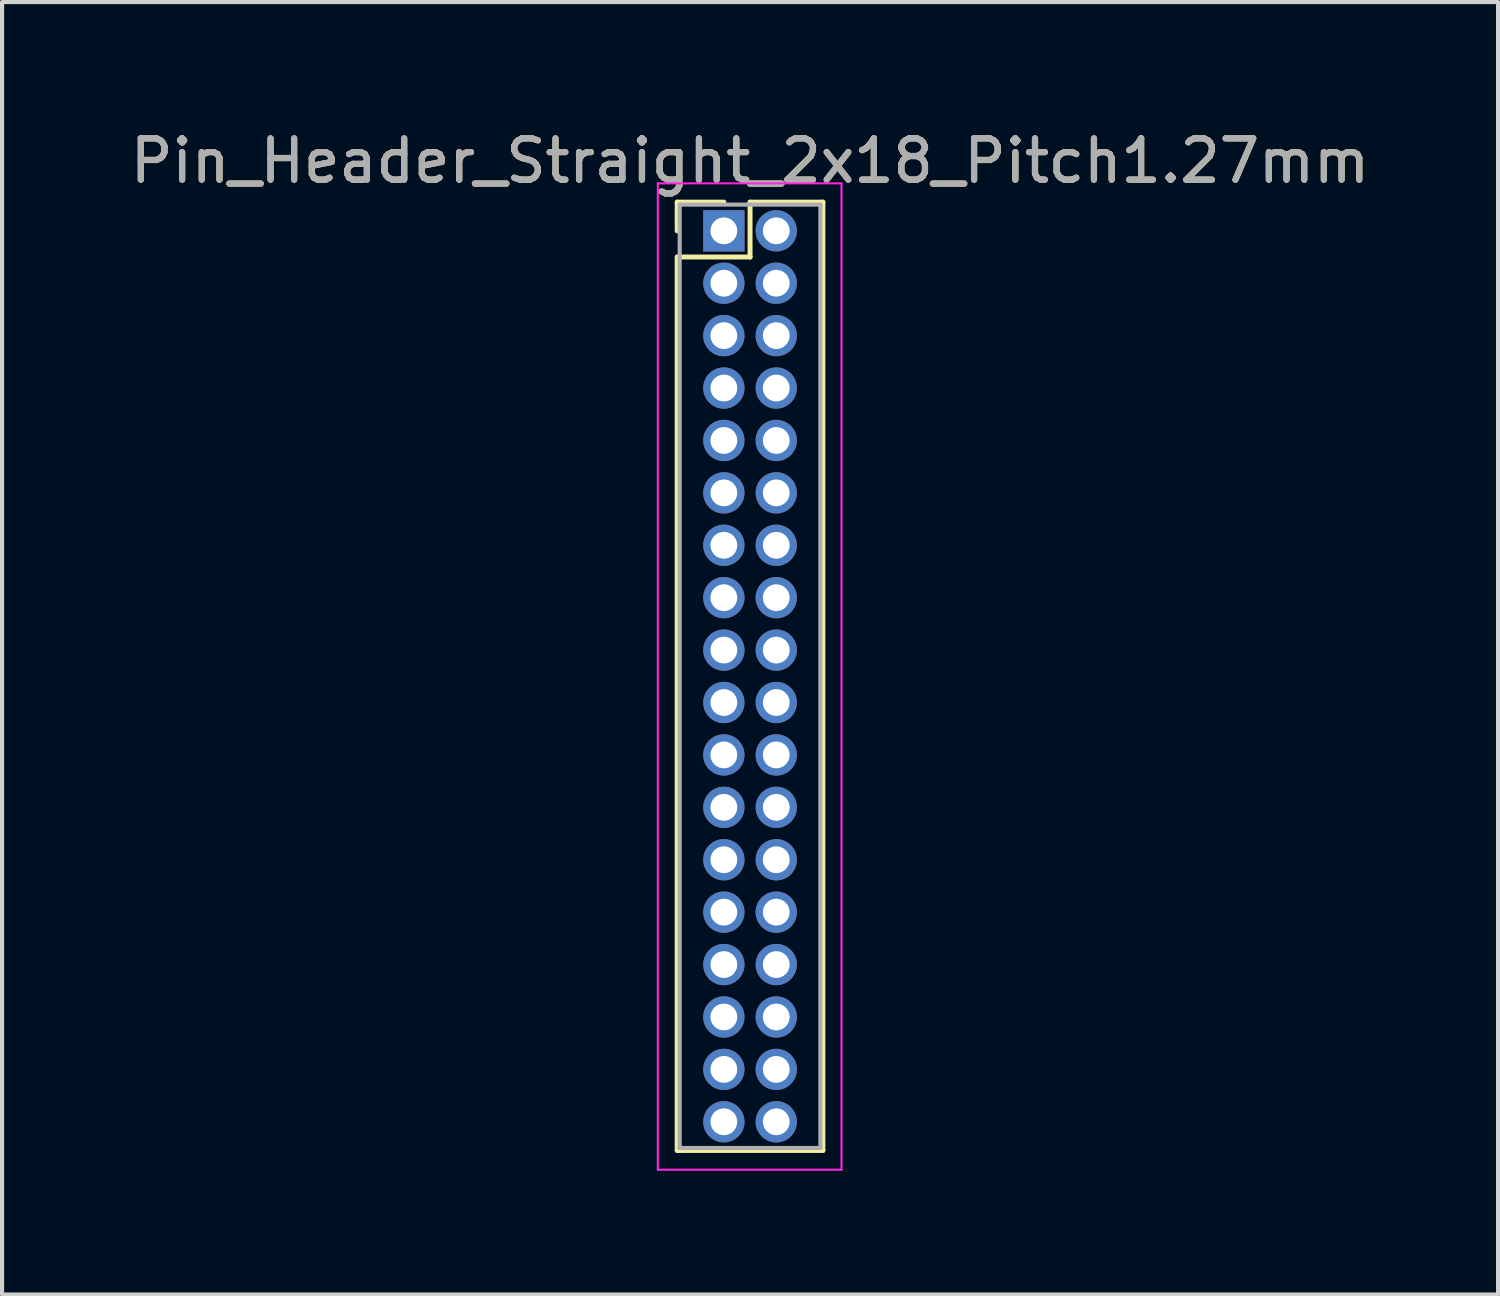
<source format=kicad_pcb>
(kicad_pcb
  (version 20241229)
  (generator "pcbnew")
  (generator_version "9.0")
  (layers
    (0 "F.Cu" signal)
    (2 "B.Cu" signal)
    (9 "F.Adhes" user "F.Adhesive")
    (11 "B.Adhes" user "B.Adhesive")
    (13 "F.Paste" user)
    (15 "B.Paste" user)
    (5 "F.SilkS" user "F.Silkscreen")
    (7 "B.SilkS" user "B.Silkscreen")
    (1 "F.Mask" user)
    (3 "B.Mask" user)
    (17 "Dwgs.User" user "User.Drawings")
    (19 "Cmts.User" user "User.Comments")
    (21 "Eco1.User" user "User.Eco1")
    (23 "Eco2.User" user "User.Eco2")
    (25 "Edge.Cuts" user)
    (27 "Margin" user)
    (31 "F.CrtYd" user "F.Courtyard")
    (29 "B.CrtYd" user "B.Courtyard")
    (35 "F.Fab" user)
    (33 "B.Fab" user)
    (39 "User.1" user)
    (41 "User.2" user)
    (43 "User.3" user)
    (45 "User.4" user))
  (footprint "Pin_Header_Straight_2x18_Pitch1.27mm"
    (layer "F.Cu")
    (at 14.49 2.543)
    (property "Reference" "Pin_Header_Straight_2x18_Pitch1.27mm" (at 0.635 -1.695 0) (layer "F.SilkS") (effects (font (size 1 1) (thickness 0.15))))
    (attr through_hole)
    (fp_line (start -1.13 -0.695) (end 0 -0.695) (stroke (width 0.12) (type solid)) (layer "F.SilkS"))
    (fp_line (start -1.13 0) (end -1.13 -0.695) (stroke (width 0.12) (type solid)) (layer "F.SilkS"))
    (fp_line (start -1.13 0.635) (end -1.13 22.285) (stroke (width 0.12) (type solid)) (layer "F.SilkS"))
    (fp_line (start -1.13 22.285) (end 2.4 22.285) (stroke (width 0.12) (type solid)) (layer "F.SilkS"))
    (fp_line (start 0.635 -0.695) (end 0.635 0.635) (stroke (width 0.12) (type solid)) (layer "F.SilkS"))
    (fp_line (start 0.635 0.635) (end -1.13 0.635) (stroke (width 0.12) (type solid)) (layer "F.SilkS"))
    (fp_line (start 2.4 -0.695) (end 0.635 -0.695) (stroke (width 0.12) (type solid)) (layer "F.SilkS"))
    (fp_line (start 2.4 22.285) (end 2.4 -0.695) (stroke (width 0.12) (type solid)) (layer "F.SilkS"))
    (fp_line (start -1.6 -1.15) (end -1.6 22.75) (stroke (width 0.05) (type solid)) (layer "F.CrtYd"))
    (fp_line (start -1.6 22.75) (end 2.85 22.75) (stroke (width 0.05) (type solid)) (layer "F.CrtYd"))
    (fp_line (start 2.85 -1.15) (end -1.6 -1.15) (stroke (width 0.05) (type solid)) (layer "F.CrtYd"))
    (fp_line (start 2.85 22.75) (end 2.85 -1.15) (stroke (width 0.05) (type solid)) (layer "F.CrtYd"))
    (fp_line (start -1.07 -0.635) (end -1.07 22.225) (stroke (width 0.1) (type solid)) (layer "F.Fab"))
    (fp_line (start -1.07 22.225) (end 2.34 22.225) (stroke (width 0.1) (type solid)) (layer "F.Fab"))
    (fp_line (start 2.34 -0.635) (end -1.07 -0.635) (stroke (width 0.1) (type solid)) (layer "F.Fab"))
    (fp_line (start 2.34 22.225) (end 2.34 -0.635) (stroke (width 0.1) (type solid)) (layer "F.Fab"))
    (fp_text user "${REFERENCE}" (at 0.635 -1.695 0) (layer "F.Fab") (effects (font (size 1 1) (thickness 0.15))))
    (pad "1" thru_hole rect (at 0 0) (size 1 1) (drill 0.65) (layers "*.Cu" "*.Mask"))
    (pad "2" thru_hole oval (at 1.27 0) (size 1 1) (drill 0.65) (layers "*.Cu" "*.Mask"))
    (pad "3" thru_hole oval (at 0 1.27) (size 1 1) (drill 0.65) (layers "*.Cu" "*.Mask"))
    (pad "4" thru_hole oval (at 1.27 1.27) (size 1 1) (drill 0.65) (layers "*.Cu" "*.Mask"))
    (pad "5" thru_hole oval (at 0 2.54) (size 1 1) (drill 0.65) (layers "*.Cu" "*.Mask"))
    (pad "6" thru_hole oval (at 1.27 2.54) (size 1 1) (drill 0.65) (layers "*.Cu" "*.Mask"))
    (pad "7" thru_hole oval (at 0 3.81) (size 1 1) (drill 0.65) (layers "*.Cu" "*.Mask"))
    (pad "8" thru_hole oval (at 1.27 3.81) (size 1 1) (drill 0.65) (layers "*.Cu" "*.Mask"))
    (pad "9" thru_hole oval (at 0 5.08) (size 1 1) (drill 0.65) (layers "*.Cu" "*.Mask"))
    (pad "10" thru_hole oval (at 1.27 5.08) (size 1 1) (drill 0.65) (layers "*.Cu" "*.Mask"))
    (pad "11" thru_hole oval (at 0 6.35) (size 1 1) (drill 0.65) (layers "*.Cu" "*.Mask"))
    (pad "12" thru_hole oval (at 1.27 6.35) (size 1 1) (drill 0.65) (layers "*.Cu" "*.Mask"))
    (pad "13" thru_hole oval (at 0 7.62) (size 1 1) (drill 0.65) (layers "*.Cu" "*.Mask"))
    (pad "14" thru_hole oval (at 1.27 7.62) (size 1 1) (drill 0.65) (layers "*.Cu" "*.Mask"))
    (pad "15" thru_hole oval (at 0 8.89) (size 1 1) (drill 0.65) (layers "*.Cu" "*.Mask"))
    (pad "16" thru_hole oval (at 1.27 8.89) (size 1 1) (drill 0.65) (layers "*.Cu" "*.Mask"))
    (pad "17" thru_hole oval (at 0 10.16) (size 1 1) (drill 0.65) (layers "*.Cu" "*.Mask"))
    (pad "18" thru_hole oval (at 1.27 10.16) (size 1 1) (drill 0.65) (layers "*.Cu" "*.Mask"))
    (pad "19" thru_hole oval (at 0 11.43) (size 1 1) (drill 0.65) (layers "*.Cu" "*.Mask"))
    (pad "20" thru_hole oval (at 1.27 11.43) (size 1 1) (drill 0.65) (layers "*.Cu" "*.Mask"))
    (pad "21" thru_hole oval (at 0 12.7) (size 1 1) (drill 0.65) (layers "*.Cu" "*.Mask"))
    (pad "22" thru_hole oval (at 1.27 12.7) (size 1 1) (drill 0.65) (layers "*.Cu" "*.Mask"))
    (pad "23" thru_hole oval (at 0 13.97) (size 1 1) (drill 0.65) (layers "*.Cu" "*.Mask"))
    (pad "24" thru_hole oval (at 1.27 13.97) (size 1 1) (drill 0.65) (layers "*.Cu" "*.Mask"))
    (pad "25" thru_hole oval (at 0 15.24) (size 1 1) (drill 0.65) (layers "*.Cu" "*.Mask"))
    (pad "26" thru_hole oval (at 1.27 15.24) (size 1 1) (drill 0.65) (layers "*.Cu" "*.Mask"))
    (pad "27" thru_hole oval (at 0 16.51) (size 1 1) (drill 0.65) (layers "*.Cu" "*.Mask"))
    (pad "28" thru_hole oval (at 1.27 16.51) (size 1 1) (drill 0.65) (layers "*.Cu" "*.Mask"))
    (pad "29" thru_hole oval (at 0 17.78) (size 1 1) (drill 0.65) (layers "*.Cu" "*.Mask"))
    (pad "30" thru_hole oval (at 1.27 17.78) (size 1 1) (drill 0.65) (layers "*.Cu" "*.Mask"))
    (pad "31" thru_hole oval (at 0 19.05) (size 1 1) (drill 0.65) (layers "*.Cu" "*.Mask"))
    (pad "32" thru_hole oval (at 1.27 19.05) (size 1 1) (drill 0.65) (layers "*.Cu" "*.Mask"))
    (pad "33" thru_hole oval (at 0 20.32) (size 1 1) (drill 0.65) (layers "*.Cu" "*.Mask"))
    (pad "34" thru_hole oval (at 1.27 20.32) (size 1 1) (drill 0.65) (layers "*.Cu" "*.Mask"))
    (pad "35" thru_hole oval (at 0 21.59) (size 1 1) (drill 0.65) (layers "*.Cu" "*.Mask"))
    (pad "36" thru_hole oval (at 1.27 21.59) (size 1 1) (drill 0.65) (layers "*.Cu" "*.Mask")))
  (gr_rect
    (start -3 -3)
    (end 33.25 28.318)
    (stroke (width 0.1) (type default))
    (fill no)
    (layer "Edge.Cuts")))
</source>
